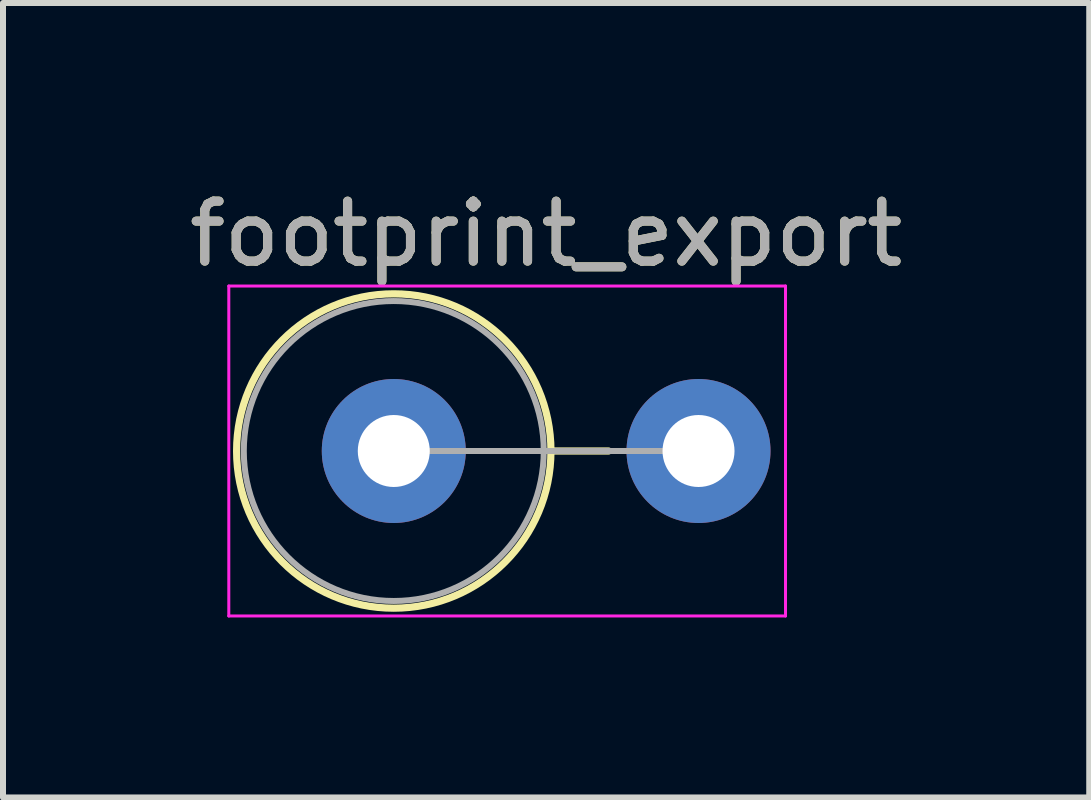
<source format=kicad_pcb>
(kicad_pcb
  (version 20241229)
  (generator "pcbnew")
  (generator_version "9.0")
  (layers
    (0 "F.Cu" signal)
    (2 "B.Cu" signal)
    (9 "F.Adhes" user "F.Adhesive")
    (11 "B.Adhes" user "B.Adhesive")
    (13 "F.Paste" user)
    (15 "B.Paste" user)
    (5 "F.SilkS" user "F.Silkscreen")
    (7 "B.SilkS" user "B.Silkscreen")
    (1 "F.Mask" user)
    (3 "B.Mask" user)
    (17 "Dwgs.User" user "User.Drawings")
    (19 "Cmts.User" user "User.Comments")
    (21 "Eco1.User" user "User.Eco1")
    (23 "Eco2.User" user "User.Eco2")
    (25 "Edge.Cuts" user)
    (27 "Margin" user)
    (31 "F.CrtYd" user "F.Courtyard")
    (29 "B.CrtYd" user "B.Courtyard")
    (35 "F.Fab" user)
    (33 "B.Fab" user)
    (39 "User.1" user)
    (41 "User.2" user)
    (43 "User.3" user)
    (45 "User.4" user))
  (footprint "footprint_export"
    (layer "F.Cu")
    (at 3.514 4.468)
    (property "Reference" "footprint_export" (at 2.54 -3.62 0) (layer "F.SilkS") (effects (font (size 1 1) (thickness 0.15))))
    (attr through_hole)
    (fp_line (start 2.62 0) (end 3.58 0) (stroke (width 0.12) (type solid)) (layer "F.SilkS"))
    (fp_circle (center 0 0) (end 2.62 0) (stroke (width 0.12) (type solid)) (fill no) (layer "F.SilkS"))
    (fp_line (start -2.75 -2.75) (end -2.75 2.75) (stroke (width 0.05) (type solid)) (layer "F.CrtYd"))
    (fp_line (start -2.75 2.75) (end 6.53 2.75) (stroke (width 0.05) (type solid)) (layer "F.CrtYd"))
    (fp_line (start 6.53 -2.75) (end -2.75 -2.75) (stroke (width 0.05) (type solid)) (layer "F.CrtYd"))
    (fp_line (start 6.53 2.75) (end 6.53 -2.75) (stroke (width 0.05) (type solid)) (layer "F.CrtYd"))
    (fp_line (start 0 0) (end 5.08 0) (stroke (width 0.1) (type solid)) (layer "F.Fab"))
    (fp_circle (center 0 0) (end 2.5 0) (stroke (width 0.1) (type solid)) (fill no) (layer "F.Fab"))
    (fp_text user "${REFERENCE}" (at 2.54 -3.62 0) (layer "F.Fab") (effects (font (size 1 1) (thickness 0.15))))
    (pad "1" thru_hole circle (at 0 0) (size 2.4 2.4) (drill 1.2) (layers "*.Cu" "*.Mask"))
    (pad "2" thru_hole oval (at 5.08 0) (size 2.4 2.4) (drill 1.2) (layers "*.Cu" "*.Mask")))
  (gr_rect
    (start -3 -3)
    (end 15.107 10.243)
    (stroke (width 0.1) (type default))
    (fill no)
    (layer "Edge.Cuts")))
</source>
